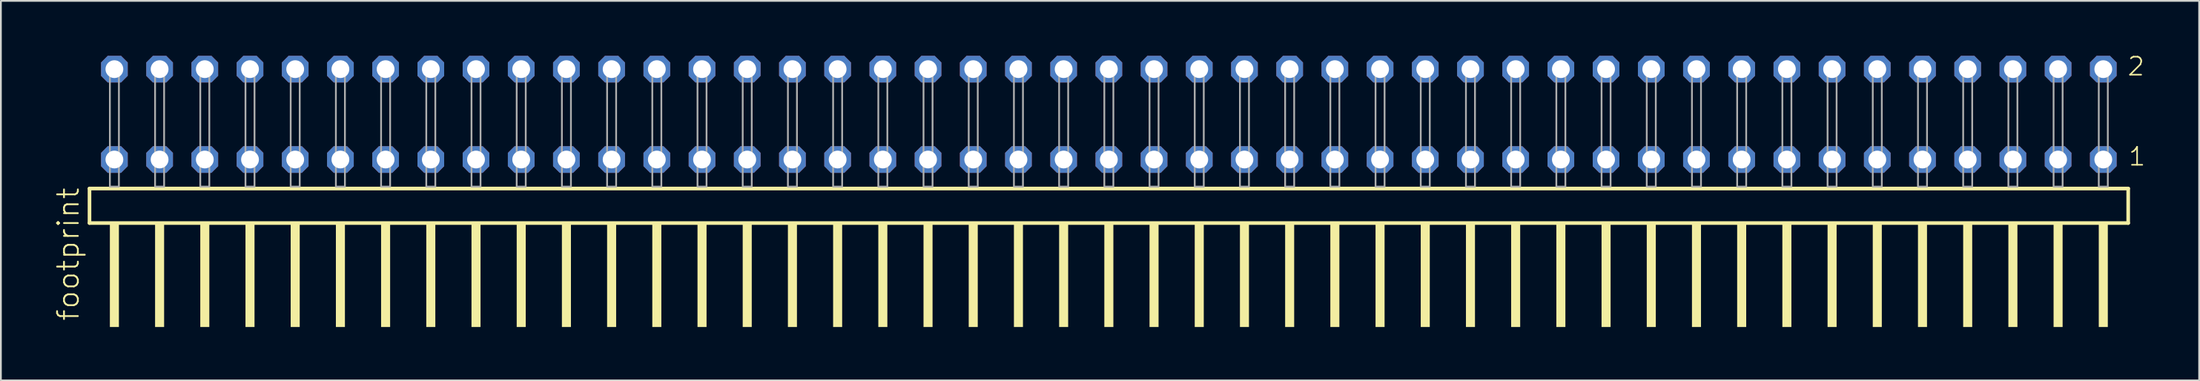
<source format=kicad_pcb>
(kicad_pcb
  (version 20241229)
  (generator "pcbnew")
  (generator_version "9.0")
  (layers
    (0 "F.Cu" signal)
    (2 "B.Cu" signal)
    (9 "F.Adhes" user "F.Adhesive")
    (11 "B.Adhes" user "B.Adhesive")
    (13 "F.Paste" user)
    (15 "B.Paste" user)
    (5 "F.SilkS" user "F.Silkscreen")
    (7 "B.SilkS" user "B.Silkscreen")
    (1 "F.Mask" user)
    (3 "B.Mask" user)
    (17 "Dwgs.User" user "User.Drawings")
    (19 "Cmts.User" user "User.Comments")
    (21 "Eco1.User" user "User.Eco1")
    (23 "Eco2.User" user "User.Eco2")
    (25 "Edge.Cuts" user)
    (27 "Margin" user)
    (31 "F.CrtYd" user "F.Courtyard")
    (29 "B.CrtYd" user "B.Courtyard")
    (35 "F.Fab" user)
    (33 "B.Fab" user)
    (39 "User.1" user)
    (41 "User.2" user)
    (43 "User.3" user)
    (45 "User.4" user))
  (footprint "footprint"
    (layer "F.Cu")
    (at 59.258 7.441)
    (property "Reference" "footprint" (at -57.785 7.62 90) (layer "F.SilkS") (effects (font (size 1.168 1.168) (thickness 0.102)) (justify left bottom)))
    (fp_line (start -57.279 0.106) (end -57.279 2.046) (stroke (width 0.203) (type solid)) (layer "F.SilkS"))
    (fp_line (start -57.279 2.046) (end 57.279 2.046) (stroke (width 0.203) (type solid)) (layer "F.SilkS"))
    (fp_line (start 57.279 0.106) (end -57.279 0.106) (stroke (width 0.203) (type solid)) (layer "F.SilkS"))
    (fp_line (start 57.279 2.046) (end 57.279 0.106) (stroke (width 0.203) (type solid)) (layer "F.SilkS"))
    (fp_poly (pts (xy -56.134 7.89) (xy -55.626 7.89) (xy -55.626 2.04) (xy -56.134 2.04)) (stroke (width 0) (type solid)) (fill yes) (layer "F.SilkS"))
    (fp_poly (pts (xy -53.594 7.89) (xy -53.086 7.89) (xy -53.086 2.04) (xy -53.594 2.04)) (stroke (width 0) (type solid)) (fill yes) (layer "F.SilkS"))
    (fp_poly (pts (xy -51.054 7.89) (xy -50.546 7.89) (xy -50.546 2.04) (xy -51.054 2.04)) (stroke (width 0) (type solid)) (fill yes) (layer "F.SilkS"))
    (fp_poly (pts (xy -48.514 7.89) (xy -48.006 7.89) (xy -48.006 2.04) (xy -48.514 2.04)) (stroke (width 0) (type solid)) (fill yes) (layer "F.SilkS"))
    (fp_poly (pts (xy -45.974 7.89) (xy -45.466 7.89) (xy -45.466 2.04) (xy -45.974 2.04)) (stroke (width 0) (type solid)) (fill yes) (layer "F.SilkS"))
    (fp_poly (pts (xy -43.434 7.89) (xy -42.926 7.89) (xy -42.926 2.04) (xy -43.434 2.04)) (stroke (width 0) (type solid)) (fill yes) (layer "F.SilkS"))
    (fp_poly (pts (xy -40.894 7.89) (xy -40.386 7.89) (xy -40.386 2.04) (xy -40.894 2.04)) (stroke (width 0) (type solid)) (fill yes) (layer "F.SilkS"))
    (fp_poly (pts (xy -38.354 7.89) (xy -37.846 7.89) (xy -37.846 2.04) (xy -38.354 2.04)) (stroke (width 0) (type solid)) (fill yes) (layer "F.SilkS"))
    (fp_poly (pts (xy -35.814 7.89) (xy -35.306 7.89) (xy -35.306 2.04) (xy -35.814 2.04)) (stroke (width 0) (type solid)) (fill yes) (layer "F.SilkS"))
    (fp_poly (pts (xy -33.274 7.89) (xy -32.766 7.89) (xy -32.766 2.04) (xy -33.274 2.04)) (stroke (width 0) (type solid)) (fill yes) (layer "F.SilkS"))
    (fp_poly (pts (xy -30.734 7.89) (xy -30.226 7.89) (xy -30.226 2.04) (xy -30.734 2.04)) (stroke (width 0) (type solid)) (fill yes) (layer "F.SilkS"))
    (fp_poly (pts (xy -28.194 7.89) (xy -27.686 7.89) (xy -27.686 2.04) (xy -28.194 2.04)) (stroke (width 0) (type solid)) (fill yes) (layer "F.SilkS"))
    (fp_poly (pts (xy -25.654 7.89) (xy -25.146 7.89) (xy -25.146 2.04) (xy -25.654 2.04)) (stroke (width 0) (type solid)) (fill yes) (layer "F.SilkS"))
    (fp_poly (pts (xy -23.114 7.89) (xy -22.606 7.89) (xy -22.606 2.04) (xy -23.114 2.04)) (stroke (width 0) (type solid)) (fill yes) (layer "F.SilkS"))
    (fp_poly (pts (xy -20.574 7.89) (xy -20.066 7.89) (xy -20.066 2.04) (xy -20.574 2.04)) (stroke (width 0) (type solid)) (fill yes) (layer "F.SilkS"))
    (fp_poly (pts (xy -18.034 7.89) (xy -17.526 7.89) (xy -17.526 2.04) (xy -18.034 2.04)) (stroke (width 0) (type solid)) (fill yes) (layer "F.SilkS"))
    (fp_poly (pts (xy -15.494 7.89) (xy -14.986 7.89) (xy -14.986 2.04) (xy -15.494 2.04)) (stroke (width 0) (type solid)) (fill yes) (layer "F.SilkS"))
    (fp_poly (pts (xy -12.954 7.89) (xy -12.446 7.89) (xy -12.446 2.04) (xy -12.954 2.04)) (stroke (width 0) (type solid)) (fill yes) (layer "F.SilkS"))
    (fp_poly (pts (xy -10.414 7.89) (xy -9.906 7.89) (xy -9.906 2.04) (xy -10.414 2.04)) (stroke (width 0) (type solid)) (fill yes) (layer "F.SilkS"))
    (fp_poly (pts (xy -7.874 7.89) (xy -7.366 7.89) (xy -7.366 2.04) (xy -7.874 2.04)) (stroke (width 0) (type solid)) (fill yes) (layer "F.SilkS"))
    (fp_poly (pts (xy -5.334 7.89) (xy -4.826 7.89) (xy -4.826 2.04) (xy -5.334 2.04)) (stroke (width 0) (type solid)) (fill yes) (layer "F.SilkS"))
    (fp_poly (pts (xy -2.794 7.89) (xy -2.286 7.89) (xy -2.286 2.04) (xy -2.794 2.04)) (stroke (width 0) (type solid)) (fill yes) (layer "F.SilkS"))
    (fp_poly (pts (xy -0.254 7.89) (xy 0.254 7.89) (xy 0.254 2.04) (xy -0.254 2.04)) (stroke (width 0) (type solid)) (fill yes) (layer "F.SilkS"))
    (fp_poly (pts (xy 2.286 7.89) (xy 2.794 7.89) (xy 2.794 2.04) (xy 2.286 2.04)) (stroke (width 0) (type solid)) (fill yes) (layer "F.SilkS"))
    (fp_poly (pts (xy 4.826 7.89) (xy 5.334 7.89) (xy 5.334 2.04) (xy 4.826 2.04)) (stroke (width 0) (type solid)) (fill yes) (layer "F.SilkS"))
    (fp_poly (pts (xy 7.366 7.89) (xy 7.874 7.89) (xy 7.874 2.04) (xy 7.366 2.04)) (stroke (width 0) (type solid)) (fill yes) (layer "F.SilkS"))
    (fp_poly (pts (xy 9.906 7.89) (xy 10.414 7.89) (xy 10.414 2.04) (xy 9.906 2.04)) (stroke (width 0) (type solid)) (fill yes) (layer "F.SilkS"))
    (fp_poly (pts (xy 12.446 7.89) (xy 12.954 7.89) (xy 12.954 2.04) (xy 12.446 2.04)) (stroke (width 0) (type solid)) (fill yes) (layer "F.SilkS"))
    (fp_poly (pts (xy 14.986 7.89) (xy 15.494 7.89) (xy 15.494 2.04) (xy 14.986 2.04)) (stroke (width 0) (type solid)) (fill yes) (layer "F.SilkS"))
    (fp_poly (pts (xy 17.526 7.89) (xy 18.034 7.89) (xy 18.034 2.04) (xy 17.526 2.04)) (stroke (width 0) (type solid)) (fill yes) (layer "F.SilkS"))
    (fp_poly (pts (xy 20.066 7.89) (xy 20.574 7.89) (xy 20.574 2.04) (xy 20.066 2.04)) (stroke (width 0) (type solid)) (fill yes) (layer "F.SilkS"))
    (fp_poly (pts (xy 22.606 7.89) (xy 23.114 7.89) (xy 23.114 2.04) (xy 22.606 2.04)) (stroke (width 0) (type solid)) (fill yes) (layer "F.SilkS"))
    (fp_poly (pts (xy 25.146 7.89) (xy 25.654 7.89) (xy 25.654 2.04) (xy 25.146 2.04)) (stroke (width 0) (type solid)) (fill yes) (layer "F.SilkS"))
    (fp_poly (pts (xy 27.686 7.89) (xy 28.194 7.89) (xy 28.194 2.04) (xy 27.686 2.04)) (stroke (width 0) (type solid)) (fill yes) (layer "F.SilkS"))
    (fp_poly (pts (xy 30.226 7.89) (xy 30.734 7.89) (xy 30.734 2.04) (xy 30.226 2.04)) (stroke (width 0) (type solid)) (fill yes) (layer "F.SilkS"))
    (fp_poly (pts (xy 32.766 7.89) (xy 33.274 7.89) (xy 33.274 2.04) (xy 32.766 2.04)) (stroke (width 0) (type solid)) (fill yes) (layer "F.SilkS"))
    (fp_poly (pts (xy 35.306 7.89) (xy 35.814 7.89) (xy 35.814 2.04) (xy 35.306 2.04)) (stroke (width 0) (type solid)) (fill yes) (layer "F.SilkS"))
    (fp_poly (pts (xy 37.846 7.89) (xy 38.354 7.89) (xy 38.354 2.04) (xy 37.846 2.04)) (stroke (width 0) (type solid)) (fill yes) (layer "F.SilkS"))
    (fp_poly (pts (xy 40.386 7.89) (xy 40.894 7.89) (xy 40.894 2.04) (xy 40.386 2.04)) (stroke (width 0) (type solid)) (fill yes) (layer "F.SilkS"))
    (fp_poly (pts (xy 42.926 7.89) (xy 43.434 7.89) (xy 43.434 2.04) (xy 42.926 2.04)) (stroke (width 0) (type solid)) (fill yes) (layer "F.SilkS"))
    (fp_poly (pts (xy 45.466 7.89) (xy 45.974 7.89) (xy 45.974 2.04) (xy 45.466 2.04)) (stroke (width 0) (type solid)) (fill yes) (layer "F.SilkS"))
    (fp_poly (pts (xy 48.006 7.89) (xy 48.514 7.89) (xy 48.514 2.04) (xy 48.006 2.04)) (stroke (width 0) (type solid)) (fill yes) (layer "F.SilkS"))
    (fp_poly (pts (xy 50.546 7.89) (xy 51.054 7.89) (xy 51.054 2.04) (xy 50.546 2.04)) (stroke (width 0) (type solid)) (fill yes) (layer "F.SilkS"))
    (fp_poly (pts (xy 53.086 7.89) (xy 53.594 7.89) (xy 53.594 2.04) (xy 53.086 2.04)) (stroke (width 0) (type solid)) (fill yes) (layer "F.SilkS"))
    (fp_poly (pts (xy 55.626 7.89) (xy 56.134 7.89) (xy 56.134 2.04) (xy 55.626 2.04)) (stroke (width 0) (type solid)) (fill yes) (layer "F.SilkS"))
    (fp_poly (pts (xy -56.134 0) (xy -55.626 0) (xy -55.626 -6.858) (xy -56.134 -6.858)) (stroke (width 0.1) (type solid)) (fill no) (layer "F.Fab"))
    (fp_poly (pts (xy -53.594 0) (xy -53.086 0) (xy -53.086 -6.858) (xy -53.594 -6.858)) (stroke (width 0.1) (type solid)) (fill no) (layer "F.Fab"))
    (fp_poly (pts (xy -51.054 0) (xy -50.546 0) (xy -50.546 -6.858) (xy -51.054 -6.858)) (stroke (width 0.1) (type solid)) (fill no) (layer "F.Fab"))
    (fp_poly (pts (xy -48.514 0) (xy -48.006 0) (xy -48.006 -6.858) (xy -48.514 -6.858)) (stroke (width 0.1) (type solid)) (fill no) (layer "F.Fab"))
    (fp_poly (pts (xy -45.974 0) (xy -45.466 0) (xy -45.466 -6.858) (xy -45.974 -6.858)) (stroke (width 0.1) (type solid)) (fill no) (layer "F.Fab"))
    (fp_poly (pts (xy -43.434 0) (xy -42.926 0) (xy -42.926 -6.858) (xy -43.434 -6.858)) (stroke (width 0.1) (type solid)) (fill no) (layer "F.Fab"))
    (fp_poly (pts (xy -40.894 0) (xy -40.386 0) (xy -40.386 -6.858) (xy -40.894 -6.858)) (stroke (width 0.1) (type solid)) (fill no) (layer "F.Fab"))
    (fp_poly (pts (xy -38.354 0) (xy -37.846 0) (xy -37.846 -6.858) (xy -38.354 -6.858)) (stroke (width 0.1) (type solid)) (fill no) (layer "F.Fab"))
    (fp_poly (pts (xy -35.814 0) (xy -35.306 0) (xy -35.306 -6.858) (xy -35.814 -6.858)) (stroke (width 0.1) (type solid)) (fill no) (layer "F.Fab"))
    (fp_poly (pts (xy -33.274 0) (xy -32.766 0) (xy -32.766 -6.858) (xy -33.274 -6.858)) (stroke (width 0.1) (type solid)) (fill no) (layer "F.Fab"))
    (fp_poly (pts (xy -30.734 0) (xy -30.226 0) (xy -30.226 -6.858) (xy -30.734 -6.858)) (stroke (width 0.1) (type solid)) (fill no) (layer "F.Fab"))
    (fp_poly (pts (xy -28.194 0) (xy -27.686 0) (xy -27.686 -6.858) (xy -28.194 -6.858)) (stroke (width 0.1) (type solid)) (fill no) (layer "F.Fab"))
    (fp_poly (pts (xy -25.654 0) (xy -25.146 0) (xy -25.146 -6.858) (xy -25.654 -6.858)) (stroke (width 0.1) (type solid)) (fill no) (layer "F.Fab"))
    (fp_poly (pts (xy -23.114 0) (xy -22.606 0) (xy -22.606 -6.858) (xy -23.114 -6.858)) (stroke (width 0.1) (type solid)) (fill no) (layer "F.Fab"))
    (fp_poly (pts (xy -20.574 0) (xy -20.066 0) (xy -20.066 -6.858) (xy -20.574 -6.858)) (stroke (width 0.1) (type solid)) (fill no) (layer "F.Fab"))
    (fp_poly (pts (xy -18.034 0) (xy -17.526 0) (xy -17.526 -6.858) (xy -18.034 -6.858)) (stroke (width 0.1) (type solid)) (fill no) (layer "F.Fab"))
    (fp_poly (pts (xy -15.494 0) (xy -14.986 0) (xy -14.986 -6.858) (xy -15.494 -6.858)) (stroke (width 0.1) (type solid)) (fill no) (layer "F.Fab"))
    (fp_poly (pts (xy -12.954 0) (xy -12.446 0) (xy -12.446 -6.858) (xy -12.954 -6.858)) (stroke (width 0.1) (type solid)) (fill no) (layer "F.Fab"))
    (fp_poly (pts (xy -10.414 0) (xy -9.906 0) (xy -9.906 -6.858) (xy -10.414 -6.858)) (stroke (width 0.1) (type solid)) (fill no) (layer "F.Fab"))
    (fp_poly (pts (xy -7.874 0) (xy -7.366 0) (xy -7.366 -6.858) (xy -7.874 -6.858)) (stroke (width 0.1) (type solid)) (fill no) (layer "F.Fab"))
    (fp_poly (pts (xy -5.334 0) (xy -4.826 0) (xy -4.826 -6.858) (xy -5.334 -6.858)) (stroke (width 0.1) (type solid)) (fill no) (layer "F.Fab"))
    (fp_poly (pts (xy -2.794 0) (xy -2.286 0) (xy -2.286 -6.858) (xy -2.794 -6.858)) (stroke (width 0.1) (type solid)) (fill no) (layer "F.Fab"))
    (fp_poly (pts (xy -0.254 0) (xy 0.254 0) (xy 0.254 -6.858) (xy -0.254 -6.858)) (stroke (width 0.1) (type solid)) (fill no) (layer "F.Fab"))
    (fp_poly (pts (xy 2.286 0) (xy 2.794 0) (xy 2.794 -6.858) (xy 2.286 -6.858)) (stroke (width 0.1) (type solid)) (fill no) (layer "F.Fab"))
    (fp_poly (pts (xy 4.826 0) (xy 5.334 0) (xy 5.334 -6.858) (xy 4.826 -6.858)) (stroke (width 0.1) (type solid)) (fill no) (layer "F.Fab"))
    (fp_poly (pts (xy 7.366 0) (xy 7.874 0) (xy 7.874 -6.858) (xy 7.366 -6.858)) (stroke (width 0.1) (type solid)) (fill no) (layer "F.Fab"))
    (fp_poly (pts (xy 9.906 0) (xy 10.414 0) (xy 10.414 -6.858) (xy 9.906 -6.858)) (stroke (width 0.1) (type solid)) (fill no) (layer "F.Fab"))
    (fp_poly (pts (xy 12.446 0) (xy 12.954 0) (xy 12.954 -6.858) (xy 12.446 -6.858)) (stroke (width 0.1) (type solid)) (fill no) (layer "F.Fab"))
    (fp_poly (pts (xy 14.986 0) (xy 15.494 0) (xy 15.494 -6.858) (xy 14.986 -6.858)) (stroke (width 0.1) (type solid)) (fill no) (layer "F.Fab"))
    (fp_poly (pts (xy 17.526 0) (xy 18.034 0) (xy 18.034 -6.858) (xy 17.526 -6.858)) (stroke (width 0.1) (type solid)) (fill no) (layer "F.Fab"))
    (fp_poly (pts (xy 20.066 0) (xy 20.574 0) (xy 20.574 -6.858) (xy 20.066 -6.858)) (stroke (width 0.1) (type solid)) (fill no) (layer "F.Fab"))
    (fp_poly (pts (xy 22.606 0) (xy 23.114 0) (xy 23.114 -6.858) (xy 22.606 -6.858)) (stroke (width 0.1) (type solid)) (fill no) (layer "F.Fab"))
    (fp_poly (pts (xy 25.146 0) (xy 25.654 0) (xy 25.654 -6.858) (xy 25.146 -6.858)) (stroke (width 0.1) (type solid)) (fill no) (layer "F.Fab"))
    (fp_poly (pts (xy 27.686 0) (xy 28.194 0) (xy 28.194 -6.858) (xy 27.686 -6.858)) (stroke (width 0.1) (type solid)) (fill no) (layer "F.Fab"))
    (fp_poly (pts (xy 30.226 0) (xy 30.734 0) (xy 30.734 -6.858) (xy 30.226 -6.858)) (stroke (width 0.1) (type solid)) (fill no) (layer "F.Fab"))
    (fp_poly (pts (xy 32.766 0) (xy 33.274 0) (xy 33.274 -6.858) (xy 32.766 -6.858)) (stroke (width 0.1) (type solid)) (fill no) (layer "F.Fab"))
    (fp_poly (pts (xy 35.306 0) (xy 35.814 0) (xy 35.814 -6.858) (xy 35.306 -6.858)) (stroke (width 0.1) (type solid)) (fill no) (layer "F.Fab"))
    (fp_poly (pts (xy 37.846 0) (xy 38.354 0) (xy 38.354 -6.858) (xy 37.846 -6.858)) (stroke (width 0.1) (type solid)) (fill no) (layer "F.Fab"))
    (fp_poly (pts (xy 40.386 0) (xy 40.894 0) (xy 40.894 -6.858) (xy 40.386 -6.858)) (stroke (width 0.1) (type solid)) (fill no) (layer "F.Fab"))
    (fp_poly (pts (xy 42.926 0) (xy 43.434 0) (xy 43.434 -6.858) (xy 42.926 -6.858)) (stroke (width 0.1) (type solid)) (fill no) (layer "F.Fab"))
    (fp_poly (pts (xy 45.466 0) (xy 45.974 0) (xy 45.974 -6.858) (xy 45.466 -6.858)) (stroke (width 0.1) (type solid)) (fill no) (layer "F.Fab"))
    (fp_poly (pts (xy 48.006 0) (xy 48.514 0) (xy 48.514 -6.858) (xy 48.006 -6.858)) (stroke (width 0.1) (type solid)) (fill no) (layer "F.Fab"))
    (fp_poly (pts (xy 50.546 0) (xy 51.054 0) (xy 51.054 -6.858) (xy 50.546 -6.858)) (stroke (width 0.1) (type solid)) (fill no) (layer "F.Fab"))
    (fp_poly (pts (xy 53.086 0) (xy 53.594 0) (xy 53.594 -6.858) (xy 53.086 -6.858)) (stroke (width 0.1) (type solid)) (fill no) (layer "F.Fab"))
    (fp_poly (pts (xy 55.626 0) (xy 56.134 0) (xy 56.134 -6.858) (xy 55.626 -6.858)) (stroke (width 0.1) (type solid)) (fill no) (layer "F.Fab"))
    (fp_text user "1" (at 57.24 -1.1 0) (layer "F.SilkS") (effects (font (size 1.012 1.012) (thickness 0.088)) (justify left bottom)))
    (fp_text user "2" (at 57.18 -6.165 0) (layer "F.SilkS") (effects (font (size 1.012 1.012) (thickness 0.088)) (justify left bottom)))
    (pad "1" thru_hole roundrect (at 55.88 -1.524 180) (size 1.5 1.5) (drill 1) (layers "*.Cu" "*.Mask") (roundrect_rratio 0.25) (chamfer_ratio 0.25) (chamfer top_left top_right bottom_left bottom_right))
    (pad "2" thru_hole roundrect (at 55.88 -6.604 180) (size 1.5 1.5) (drill 1) (layers "*.Cu" "*.Mask") (roundrect_rratio 0.25) (chamfer_ratio 0.25) (chamfer top_left top_right bottom_left bottom_right))
    (pad "3" thru_hole roundrect (at 53.34 -1.524 180) (size 1.5 1.5) (drill 1) (layers "*.Cu" "*.Mask") (roundrect_rratio 0.25) (chamfer_ratio 0.25) (chamfer top_left top_right bottom_left bottom_right))
    (pad "4" thru_hole roundrect (at 53.34 -6.604 180) (size 1.5 1.5) (drill 1) (layers "*.Cu" "*.Mask") (roundrect_rratio 0.25) (chamfer_ratio 0.25) (chamfer top_left top_right bottom_left bottom_right))
    (pad "5" thru_hole roundrect (at 50.8 -1.524 180) (size 1.5 1.5) (drill 1) (layers "*.Cu" "*.Mask") (roundrect_rratio 0.25) (chamfer_ratio 0.25) (chamfer top_left top_right bottom_left bottom_right))
    (pad "6" thru_hole roundrect (at 50.8 -6.604 180) (size 1.5 1.5) (drill 1) (layers "*.Cu" "*.Mask") (roundrect_rratio 0.25) (chamfer_ratio 0.25) (chamfer top_left top_right bottom_left bottom_right))
    (pad "7" thru_hole roundrect (at 48.26 -1.524 180) (size 1.5 1.5) (drill 1) (layers "*.Cu" "*.Mask") (roundrect_rratio 0.25) (chamfer_ratio 0.25) (chamfer top_left top_right bottom_left bottom_right))
    (pad "8" thru_hole roundrect (at 48.26 -6.604 180) (size 1.5 1.5) (drill 1) (layers "*.Cu" "*.Mask") (roundrect_rratio 0.25) (chamfer_ratio 0.25) (chamfer top_left top_right bottom_left bottom_right))
    (pad "9" thru_hole roundrect (at 45.72 -1.524 180) (size 1.5 1.5) (drill 1) (layers "*.Cu" "*.Mask") (roundrect_rratio 0.25) (chamfer_ratio 0.25) (chamfer top_left top_right bottom_left bottom_right))
    (pad "10" thru_hole roundrect (at 45.72 -6.604 180) (size 1.5 1.5) (drill 1) (layers "*.Cu" "*.Mask") (roundrect_rratio 0.25) (chamfer_ratio 0.25) (chamfer top_left top_right bottom_left bottom_right))
    (pad "11" thru_hole roundrect (at 43.18 -1.524 180) (size 1.5 1.5) (drill 1) (layers "*.Cu" "*.Mask") (roundrect_rratio 0.25) (chamfer_ratio 0.25) (chamfer top_left top_right bottom_left bottom_right))
    (pad "12" thru_hole roundrect (at 43.18 -6.604 180) (size 1.5 1.5) (drill 1) (layers "*.Cu" "*.Mask") (roundrect_rratio 0.25) (chamfer_ratio 0.25) (chamfer top_left top_right bottom_left bottom_right))
    (pad "13" thru_hole roundrect (at 40.64 -1.524 180) (size 1.5 1.5) (drill 1) (layers "*.Cu" "*.Mask") (roundrect_rratio 0.25) (chamfer_ratio 0.25) (chamfer top_left top_right bottom_left bottom_right))
    (pad "14" thru_hole roundrect (at 40.64 -6.604 180) (size 1.5 1.5) (drill 1) (layers "*.Cu" "*.Mask") (roundrect_rratio 0.25) (chamfer_ratio 0.25) (chamfer top_left top_right bottom_left bottom_right))
    (pad "15" thru_hole roundrect (at 38.1 -1.524 180) (size 1.5 1.5) (drill 1) (layers "*.Cu" "*.Mask") (roundrect_rratio 0.25) (chamfer_ratio 0.25) (chamfer top_left top_right bottom_left bottom_right))
    (pad "16" thru_hole roundrect (at 38.1 -6.604 180) (size 1.5 1.5) (drill 1) (layers "*.Cu" "*.Mask") (roundrect_rratio 0.25) (chamfer_ratio 0.25) (chamfer top_left top_right bottom_left bottom_right))
    (pad "17" thru_hole roundrect (at 35.56 -1.524 180) (size 1.5 1.5) (drill 1) (layers "*.Cu" "*.Mask") (roundrect_rratio 0.25) (chamfer_ratio 0.25) (chamfer top_left top_right bottom_left bottom_right))
    (pad "18" thru_hole roundrect (at 35.56 -6.604 180) (size 1.5 1.5) (drill 1) (layers "*.Cu" "*.Mask") (roundrect_rratio 0.25) (chamfer_ratio 0.25) (chamfer top_left top_right bottom_left bottom_right))
    (pad "19" thru_hole roundrect (at 33.02 -1.524 180) (size 1.5 1.5) (drill 1) (layers "*.Cu" "*.Mask") (roundrect_rratio 0.25) (chamfer_ratio 0.25) (chamfer top_left top_right bottom_left bottom_right))
    (pad "20" thru_hole roundrect (at 33.02 -6.604 180) (size 1.5 1.5) (drill 1) (layers "*.Cu" "*.Mask") (roundrect_rratio 0.25) (chamfer_ratio 0.25) (chamfer top_left top_right bottom_left bottom_right))
    (pad "21" thru_hole roundrect (at 30.48 -1.524 180) (size 1.5 1.5) (drill 1) (layers "*.Cu" "*.Mask") (roundrect_rratio 0.25) (chamfer_ratio 0.25) (chamfer top_left top_right bottom_left bottom_right))
    (pad "22" thru_hole roundrect (at 30.48 -6.604 180) (size 1.5 1.5) (drill 1) (layers "*.Cu" "*.Mask") (roundrect_rratio 0.25) (chamfer_ratio 0.25) (chamfer top_left top_right bottom_left bottom_right))
    (pad "23" thru_hole roundrect (at 27.94 -1.524 180) (size 1.5 1.5) (drill 1) (layers "*.Cu" "*.Mask") (roundrect_rratio 0.25) (chamfer_ratio 0.25) (chamfer top_left top_right bottom_left bottom_right))
    (pad "24" thru_hole roundrect (at 27.94 -6.604 180) (size 1.5 1.5) (drill 1) (layers "*.Cu" "*.Mask") (roundrect_rratio 0.25) (chamfer_ratio 0.25) (chamfer top_left top_right bottom_left bottom_right))
    (pad "25" thru_hole roundrect (at 25.4 -1.524 180) (size 1.5 1.5) (drill 1) (layers "*.Cu" "*.Mask") (roundrect_rratio 0.25) (chamfer_ratio 0.25) (chamfer top_left top_right bottom_left bottom_right))
    (pad "26" thru_hole roundrect (at 25.4 -6.604 180) (size 1.5 1.5) (drill 1) (layers "*.Cu" "*.Mask") (roundrect_rratio 0.25) (chamfer_ratio 0.25) (chamfer top_left top_right bottom_left bottom_right))
    (pad "27" thru_hole roundrect (at 22.86 -1.524 180) (size 1.5 1.5) (drill 1) (layers "*.Cu" "*.Mask") (roundrect_rratio 0.25) (chamfer_ratio 0.25) (chamfer top_left top_right bottom_left bottom_right))
    (pad "28" thru_hole roundrect (at 22.86 -6.604 180) (size 1.5 1.5) (drill 1) (layers "*.Cu" "*.Mask") (roundrect_rratio 0.25) (chamfer_ratio 0.25) (chamfer top_left top_right bottom_left bottom_right))
    (pad "29" thru_hole roundrect (at 20.32 -1.524 180) (size 1.5 1.5) (drill 1) (layers "*.Cu" "*.Mask") (roundrect_rratio 0.25) (chamfer_ratio 0.25) (chamfer top_left top_right bottom_left bottom_right))
    (pad "30" thru_hole roundrect (at 20.32 -6.604 180) (size 1.5 1.5) (drill 1) (layers "*.Cu" "*.Mask") (roundrect_rratio 0.25) (chamfer_ratio 0.25) (chamfer top_left top_right bottom_left bottom_right))
    (pad "31" thru_hole roundrect (at 17.78 -1.524 180) (size 1.5 1.5) (drill 1) (layers "*.Cu" "*.Mask") (roundrect_rratio 0.25) (chamfer_ratio 0.25) (chamfer top_left top_right bottom_left bottom_right))
    (pad "32" thru_hole roundrect (at 17.78 -6.604 180) (size 1.5 1.5) (drill 1) (layers "*.Cu" "*.Mask") (roundrect_rratio 0.25) (chamfer_ratio 0.25) (chamfer top_left top_right bottom_left bottom_right))
    (pad "33" thru_hole roundrect (at 15.24 -1.524 180) (size 1.5 1.5) (drill 1) (layers "*.Cu" "*.Mask") (roundrect_rratio 0.25) (chamfer_ratio 0.25) (chamfer top_left top_right bottom_left bottom_right))
    (pad "34" thru_hole roundrect (at 15.24 -6.604 180) (size 1.5 1.5) (drill 1) (layers "*.Cu" "*.Mask") (roundrect_rratio 0.25) (chamfer_ratio 0.25) (chamfer top_left top_right bottom_left bottom_right))
    (pad "35" thru_hole roundrect (at 12.7 -1.524 180) (size 1.5 1.5) (drill 1) (layers "*.Cu" "*.Mask") (roundrect_rratio 0.25) (chamfer_ratio 0.25) (chamfer top_left top_right bottom_left bottom_right))
    (pad "36" thru_hole roundrect (at 12.7 -6.604 180) (size 1.5 1.5) (drill 1) (layers "*.Cu" "*.Mask") (roundrect_rratio 0.25) (chamfer_ratio 0.25) (chamfer top_left top_right bottom_left bottom_right))
    (pad "37" thru_hole roundrect (at 10.16 -1.524 180) (size 1.5 1.5) (drill 1) (layers "*.Cu" "*.Mask") (roundrect_rratio 0.25) (chamfer_ratio 0.25) (chamfer top_left top_right bottom_left bottom_right))
    (pad "38" thru_hole roundrect (at 10.16 -6.604 180) (size 1.5 1.5) (drill 1) (layers "*.Cu" "*.Mask") (roundrect_rratio 0.25) (chamfer_ratio 0.25) (chamfer top_left top_right bottom_left bottom_right))
    (pad "39" thru_hole roundrect (at 7.62 -1.524 180) (size 1.5 1.5) (drill 1) (layers "*.Cu" "*.Mask") (roundrect_rratio 0.25) (chamfer_ratio 0.25) (chamfer top_left top_right bottom_left bottom_right))
    (pad "40" thru_hole roundrect (at 7.62 -6.604 180) (size 1.5 1.5) (drill 1) (layers "*.Cu" "*.Mask") (roundrect_rratio 0.25) (chamfer_ratio 0.25) (chamfer top_left top_right bottom_left bottom_right))
    (pad "41" thru_hole roundrect (at 5.08 -1.524 180) (size 1.5 1.5) (drill 1) (layers "*.Cu" "*.Mask") (roundrect_rratio 0.25) (chamfer_ratio 0.25) (chamfer top_left top_right bottom_left bottom_right))
    (pad "42" thru_hole roundrect (at 5.08 -6.604 180) (size 1.5 1.5) (drill 1) (layers "*.Cu" "*.Mask") (roundrect_rratio 0.25) (chamfer_ratio 0.25) (chamfer top_left top_right bottom_left bottom_right))
    (pad "43" thru_hole roundrect (at 2.54 -1.524 180) (size 1.5 1.5) (drill 1) (layers "*.Cu" "*.Mask") (roundrect_rratio 0.25) (chamfer_ratio 0.25) (chamfer top_left top_right bottom_left bottom_right))
    (pad "44" thru_hole roundrect (at 2.54 -6.604 180) (size 1.5 1.5) (drill 1) (layers "*.Cu" "*.Mask") (roundrect_rratio 0.25) (chamfer_ratio 0.25) (chamfer top_left top_right bottom_left bottom_right))
    (pad "45" thru_hole roundrect (at 0 -1.524 180) (size 1.5 1.5) (drill 1) (layers "*.Cu" "*.Mask") (roundrect_rratio 0.25) (chamfer_ratio 0.25) (chamfer top_left top_right bottom_left bottom_right))
    (pad "46" thru_hole roundrect (at 0 -6.604 180) (size 1.5 1.5) (drill 1) (layers "*.Cu" "*.Mask") (roundrect_rratio 0.25) (chamfer_ratio 0.25) (chamfer top_left top_right bottom_left bottom_right))
    (pad "47" thru_hole roundrect (at -2.54 -1.524 180) (size 1.5 1.5) (drill 1) (layers "*.Cu" "*.Mask") (roundrect_rratio 0.25) (chamfer_ratio 0.25) (chamfer top_left top_right bottom_left bottom_right))
    (pad "48" thru_hole roundrect (at -2.54 -6.604 180) (size 1.5 1.5) (drill 1) (layers "*.Cu" "*.Mask") (roundrect_rratio 0.25) (chamfer_ratio 0.25) (chamfer top_left top_right bottom_left bottom_right))
    (pad "49" thru_hole roundrect (at -5.08 -1.524 180) (size 1.5 1.5) (drill 1) (layers "*.Cu" "*.Mask") (roundrect_rratio 0.25) (chamfer_ratio 0.25) (chamfer top_left top_right bottom_left bottom_right))
    (pad "50" thru_hole roundrect (at -5.08 -6.604 180) (size 1.5 1.5) (drill 1) (layers "*.Cu" "*.Mask") (roundrect_rratio 0.25) (chamfer_ratio 0.25) (chamfer top_left top_right bottom_left bottom_right))
    (pad "51" thru_hole roundrect (at -7.62 -1.524 180) (size 1.5 1.5) (drill 1) (layers "*.Cu" "*.Mask") (roundrect_rratio 0.25) (chamfer_ratio 0.25) (chamfer top_left top_right bottom_left bottom_right))
    (pad "52" thru_hole roundrect (at -7.62 -6.604 180) (size 1.5 1.5) (drill 1) (layers "*.Cu" "*.Mask") (roundrect_rratio 0.25) (chamfer_ratio 0.25) (chamfer top_left top_right bottom_left bottom_right))
    (pad "53" thru_hole roundrect (at -10.16 -1.524 180) (size 1.5 1.5) (drill 1) (layers "*.Cu" "*.Mask") (roundrect_rratio 0.25) (chamfer_ratio 0.25) (chamfer top_left top_right bottom_left bottom_right))
    (pad "54" thru_hole roundrect (at -10.16 -6.604 180) (size 1.5 1.5) (drill 1) (layers "*.Cu" "*.Mask") (roundrect_rratio 0.25) (chamfer_ratio 0.25) (chamfer top_left top_right bottom_left bottom_right))
    (pad "55" thru_hole roundrect (at -12.7 -1.524 180) (size 1.5 1.5) (drill 1) (layers "*.Cu" "*.Mask") (roundrect_rratio 0.25) (chamfer_ratio 0.25) (chamfer top_left top_right bottom_left bottom_right))
    (pad "56" thru_hole roundrect (at -12.7 -6.604 180) (size 1.5 1.5) (drill 1) (layers "*.Cu" "*.Mask") (roundrect_rratio 0.25) (chamfer_ratio 0.25) (chamfer top_left top_right bottom_left bottom_right))
    (pad "57" thru_hole roundrect (at -15.24 -1.524 180) (size 1.5 1.5) (drill 1) (layers "*.Cu" "*.Mask") (roundrect_rratio 0.25) (chamfer_ratio 0.25) (chamfer top_left top_right bottom_left bottom_right))
    (pad "58" thru_hole roundrect (at -15.24 -6.604 180) (size 1.5 1.5) (drill 1) (layers "*.Cu" "*.Mask") (roundrect_rratio 0.25) (chamfer_ratio 0.25) (chamfer top_left top_right bottom_left bottom_right))
    (pad "59" thru_hole roundrect (at -17.78 -1.524 180) (size 1.5 1.5) (drill 1) (layers "*.Cu" "*.Mask") (roundrect_rratio 0.25) (chamfer_ratio 0.25) (chamfer top_left top_right bottom_left bottom_right))
    (pad "60" thru_hole roundrect (at -17.78 -6.604 180) (size 1.5 1.5) (drill 1) (layers "*.Cu" "*.Mask") (roundrect_rratio 0.25) (chamfer_ratio 0.25) (chamfer top_left top_right bottom_left bottom_right))
    (pad "61" thru_hole roundrect (at -20.32 -1.524 180) (size 1.5 1.5) (drill 1) (layers "*.Cu" "*.Mask") (roundrect_rratio 0.25) (chamfer_ratio 0.25) (chamfer top_left top_right bottom_left bottom_right))
    (pad "62" thru_hole roundrect (at -20.32 -6.604 180) (size 1.5 1.5) (drill 1) (layers "*.Cu" "*.Mask") (roundrect_rratio 0.25) (chamfer_ratio 0.25) (chamfer top_left top_right bottom_left bottom_right))
    (pad "63" thru_hole roundrect (at -22.86 -1.524 180) (size 1.5 1.5) (drill 1) (layers "*.Cu" "*.Mask") (roundrect_rratio 0.25) (chamfer_ratio 0.25) (chamfer top_left top_right bottom_left bottom_right))
    (pad "64" thru_hole roundrect (at -22.86 -6.604 180) (size 1.5 1.5) (drill 1) (layers "*.Cu" "*.Mask") (roundrect_rratio 0.25) (chamfer_ratio 0.25) (chamfer top_left top_right bottom_left bottom_right))
    (pad "65" thru_hole roundrect (at -25.4 -1.524 180) (size 1.5 1.5) (drill 1) (layers "*.Cu" "*.Mask") (roundrect_rratio 0.25) (chamfer_ratio 0.25) (chamfer top_left top_right bottom_left bottom_right))
    (pad "66" thru_hole roundrect (at -25.4 -6.604 180) (size 1.5 1.5) (drill 1) (layers "*.Cu" "*.Mask") (roundrect_rratio 0.25) (chamfer_ratio 0.25) (chamfer top_left top_right bottom_left bottom_right))
    (pad "67" thru_hole roundrect (at -27.94 -1.524 180) (size 1.5 1.5) (drill 1) (layers "*.Cu" "*.Mask") (roundrect_rratio 0.25) (chamfer_ratio 0.25) (chamfer top_left top_right bottom_left bottom_right))
    (pad "68" thru_hole roundrect (at -27.94 -6.604 180) (size 1.5 1.5) (drill 1) (layers "*.Cu" "*.Mask") (roundrect_rratio 0.25) (chamfer_ratio 0.25) (chamfer top_left top_right bottom_left bottom_right))
    (pad "69" thru_hole roundrect (at -30.48 -1.524 180) (size 1.5 1.5) (drill 1) (layers "*.Cu" "*.Mask") (roundrect_rratio 0.25) (chamfer_ratio 0.25) (chamfer top_left top_right bottom_left bottom_right))
    (pad "70" thru_hole roundrect (at -30.48 -6.604 180) (size 1.5 1.5) (drill 1) (layers "*.Cu" "*.Mask") (roundrect_rratio 0.25) (chamfer_ratio 0.25) (chamfer top_left top_right bottom_left bottom_right))
    (pad "71" thru_hole roundrect (at -33.02 -1.524 180) (size 1.5 1.5) (drill 1) (layers "*.Cu" "*.Mask") (roundrect_rratio 0.25) (chamfer_ratio 0.25) (chamfer top_left top_right bottom_left bottom_right))
    (pad "72" thru_hole roundrect (at -33.02 -6.604 180) (size 1.5 1.5) (drill 1) (layers "*.Cu" "*.Mask") (roundrect_rratio 0.25) (chamfer_ratio 0.25) (chamfer top_left top_right bottom_left bottom_right))
    (pad "73" thru_hole roundrect (at -35.56 -1.524 180) (size 1.5 1.5) (drill 1) (layers "*.Cu" "*.Mask") (roundrect_rratio 0.25) (chamfer_ratio 0.25) (chamfer top_left top_right bottom_left bottom_right))
    (pad "74" thru_hole roundrect (at -35.56 -6.604 180) (size 1.5 1.5) (drill 1) (layers "*.Cu" "*.Mask") (roundrect_rratio 0.25) (chamfer_ratio 0.25) (chamfer top_left top_right bottom_left bottom_right))
    (pad "75" thru_hole roundrect (at -38.1 -1.524 180) (size 1.5 1.5) (drill 1) (layers "*.Cu" "*.Mask") (roundrect_rratio 0.25) (chamfer_ratio 0.25) (chamfer top_left top_right bottom_left bottom_right))
    (pad "76" thru_hole roundrect (at -38.1 -6.604 180) (size 1.5 1.5) (drill 1) (layers "*.Cu" "*.Mask") (roundrect_rratio 0.25) (chamfer_ratio 0.25) (chamfer top_left top_right bottom_left bottom_right))
    (pad "77" thru_hole roundrect (at -40.64 -1.524 180) (size 1.5 1.5) (drill 1) (layers "*.Cu" "*.Mask") (roundrect_rratio 0.25) (chamfer_ratio 0.25) (chamfer top_left top_right bottom_left bottom_right))
    (pad "78" thru_hole roundrect (at -40.64 -6.604 180) (size 1.5 1.5) (drill 1) (layers "*.Cu" "*.Mask") (roundrect_rratio 0.25) (chamfer_ratio 0.25) (chamfer top_left top_right bottom_left bottom_right))
    (pad "79" thru_hole roundrect (at -43.18 -1.524 180) (size 1.5 1.5) (drill 1) (layers "*.Cu" "*.Mask") (roundrect_rratio 0.25) (chamfer_ratio 0.25) (chamfer top_left top_right bottom_left bottom_right))
    (pad "80" thru_hole roundrect (at -43.18 -6.604 180) (size 1.5 1.5) (drill 1) (layers "*.Cu" "*.Mask") (roundrect_rratio 0.25) (chamfer_ratio 0.25) (chamfer top_left top_right bottom_left bottom_right))
    (pad "81" thru_hole roundrect (at -45.72 -1.524 180) (size 1.5 1.5) (drill 1) (layers "*.Cu" "*.Mask") (roundrect_rratio 0.25) (chamfer_ratio 0.25) (chamfer top_left top_right bottom_left bottom_right))
    (pad "82" thru_hole roundrect (at -45.72 -6.604 180) (size 1.5 1.5) (drill 1) (layers "*.Cu" "*.Mask") (roundrect_rratio 0.25) (chamfer_ratio 0.25) (chamfer top_left top_right bottom_left bottom_right))
    (pad "83" thru_hole roundrect (at -48.26 -1.524 180) (size 1.5 1.5) (drill 1) (layers "*.Cu" "*.Mask") (roundrect_rratio 0.25) (chamfer_ratio 0.25) (chamfer top_left top_right bottom_left bottom_right))
    (pad "84" thru_hole roundrect (at -48.26 -6.604 180) (size 1.5 1.5) (drill 1) (layers "*.Cu" "*.Mask") (roundrect_rratio 0.25) (chamfer_ratio 0.25) (chamfer top_left top_right bottom_left bottom_right))
    (pad "85" thru_hole roundrect (at -50.8 -1.524 180) (size 1.5 1.5) (drill 1) (layers "*.Cu" "*.Mask") (roundrect_rratio 0.25) (chamfer_ratio 0.25) (chamfer top_left top_right bottom_left bottom_right))
    (pad "86" thru_hole roundrect (at -50.8 -6.604 180) (size 1.5 1.5) (drill 1) (layers "*.Cu" "*.Mask") (roundrect_rratio 0.25) (chamfer_ratio 0.25) (chamfer top_left top_right bottom_left bottom_right))
    (pad "87" thru_hole roundrect (at -53.34 -1.524 180) (size 1.5 1.5) (drill 1) (layers "*.Cu" "*.Mask") (roundrect_rratio 0.25) (chamfer_ratio 0.25) (chamfer top_left top_right bottom_left bottom_right))
    (pad "88" thru_hole roundrect (at -53.34 -6.604 180) (size 1.5 1.5) (drill 1) (layers "*.Cu" "*.Mask") (roundrect_rratio 0.25) (chamfer_ratio 0.25) (chamfer top_left top_right bottom_left bottom_right))
    (pad "89" thru_hole roundrect (at -55.88 -1.524 180) (size 1.5 1.5) (drill 1) (layers "*.Cu" "*.Mask") (roundrect_rratio 0.25) (chamfer_ratio 0.25) (chamfer top_left top_right bottom_left bottom_right))
    (pad "90" thru_hole roundrect (at -55.88 -6.604 180) (size 1.5 1.5) (drill 1) (layers "*.Cu" "*.Mask") (roundrect_rratio 0.25) (chamfer_ratio 0.25) (chamfer top_left top_right bottom_left bottom_right)))
  (gr_rect
    (start -3 -3)
    (end 120.524 18.331)
    (stroke (width 0.1) (type default))
    (fill no)
    (layer "Edge.Cuts")))
</source>
